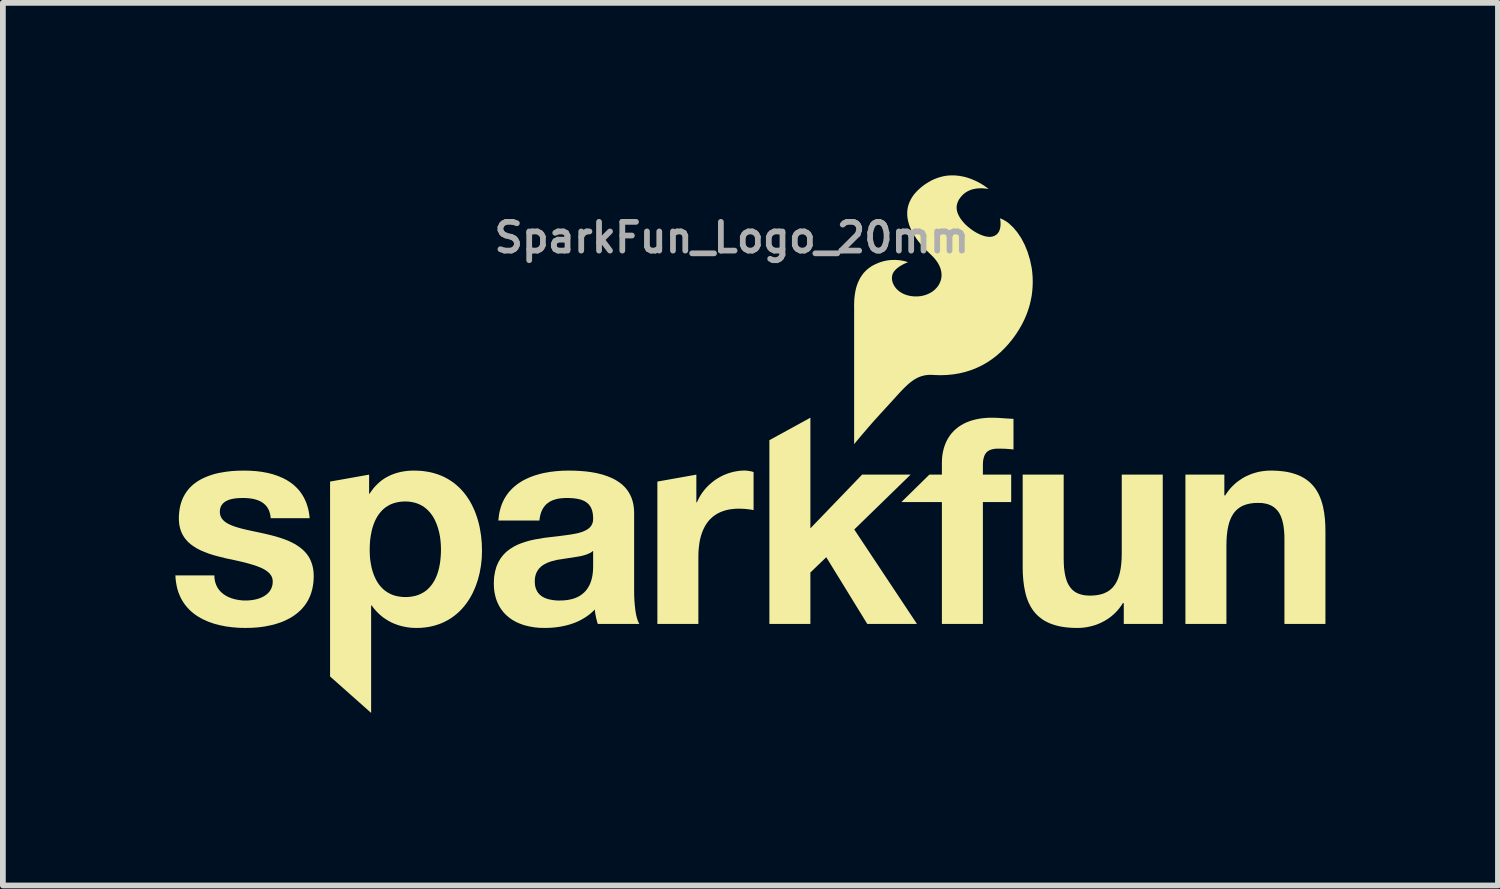
<source format=kicad_pcb>
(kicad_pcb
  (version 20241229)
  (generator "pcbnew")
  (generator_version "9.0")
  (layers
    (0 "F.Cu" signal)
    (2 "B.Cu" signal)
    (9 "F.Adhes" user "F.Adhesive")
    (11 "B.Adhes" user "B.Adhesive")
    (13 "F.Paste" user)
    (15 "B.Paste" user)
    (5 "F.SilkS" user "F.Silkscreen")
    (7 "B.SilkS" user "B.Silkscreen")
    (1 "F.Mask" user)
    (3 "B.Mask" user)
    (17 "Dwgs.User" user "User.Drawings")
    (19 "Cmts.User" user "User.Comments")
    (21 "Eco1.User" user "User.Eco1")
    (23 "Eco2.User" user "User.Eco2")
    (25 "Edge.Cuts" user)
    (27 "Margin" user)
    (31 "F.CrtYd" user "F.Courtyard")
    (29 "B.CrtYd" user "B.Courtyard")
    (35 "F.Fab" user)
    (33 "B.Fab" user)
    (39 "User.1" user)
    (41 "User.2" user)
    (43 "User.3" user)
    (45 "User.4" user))
  (footprint "SparkFun_Logo_20mm"
    (layer "F.Cu")
    (at 9.677 6.406)
    (property "Reference" "SparkFun_Logo_20mm" (at 0 -5.324 0) (layer "F.Fab") (effects (font (size 0.5 0.5) (thickness 0.1))))
    (attr board_only exclude_from_pos_files exclude_from_bom)
    (fp_poly (pts (xy 1.366 -0.268) (xy 2.265 -1.202) (xy 3.109 -1.202) (xy 2.129 -0.248) (xy 3.219 1.394) (xy 2.355 1.394) (xy 1.642 0.234) (xy 1.366 0.5) (xy 1.366 1.394) (xy 0.653 1.394) (xy 0.653 -1.801) (xy 1.366 -2.192)) (stroke (width 0) (type solid)) (fill yes) (layer "F.SilkS"))
    (fp_poly (pts (xy 0.232 -1.272) (xy 0.242 -1.272) (xy 0.252 -1.271) (xy 0.262 -1.271) (xy 0.282 -1.268) (xy 0.302 -1.265) (xy 0.321 -1.262) (xy 0.34 -1.258) (xy 0.359 -1.253) (xy 0.378 -1.247) (xy 0.378 -0.585) (xy 0.351 -0.59) (xy 0.322 -0.595) (xy 0.29 -0.599) (xy 0.257 -0.603) (xy 0.223 -0.606) (xy 0.188 -0.608) (xy 0.154 -0.609) (xy 0.121 -0.61) (xy 0.073 -0.609) (xy 0.027 -0.605) (xy -0.018 -0.6) (xy -0.06 -0.593) (xy -0.101 -0.583) (xy -0.139 -0.572) (xy -0.176 -0.559) (xy -0.211 -0.544) (xy -0.244 -0.528) (xy -0.275 -0.509) (xy -0.305 -0.489) (xy -0.333 -0.468) (xy -0.359 -0.444) (xy -0.384 -0.42) (xy -0.407 -0.394) (xy -0.428 -0.366) (xy -0.448 -0.337) (xy -0.466 -0.307) (xy -0.483 -0.275) (xy -0.498 -0.243) (xy -0.512 -0.209) (xy -0.525 -0.174) (xy -0.536 -0.138) (xy -0.546 -0.101) (xy -0.555 -0.063) (xy -0.562 -0.024) (xy -0.573 0.056) (xy -0.58 0.139) (xy -0.582 0.224) (xy -0.582 1.394) (xy -1.295 1.394) (xy -1.295 -1.081) (xy -0.617 -1.202) (xy -0.617 -0.72) (xy -0.607 -0.72) (xy -0.594 -0.75) (xy -0.579 -0.78) (xy -0.564 -0.809) (xy -0.547 -0.838) (xy -0.53 -0.865) (xy -0.511 -0.892) (xy -0.491 -0.919) (xy -0.471 -0.944) (xy -0.449 -0.969) (xy -0.427 -0.993) (xy -0.403 -1.016) (xy -0.379 -1.038) (xy -0.354 -1.06) (xy -0.329 -1.08) (xy -0.303 -1.1) (xy -0.276 -1.119) (xy -0.248 -1.137) (xy -0.22 -1.153) (xy -0.191 -1.169) (xy -0.162 -1.184) (xy -0.132 -1.198) (xy -0.101 -1.21) (xy -0.07 -1.222) (xy -0.039 -1.232) (xy -0.008 -1.241) (xy 0.024 -1.25) (xy 0.057 -1.256) (xy 0.089 -1.262) (xy 0.122 -1.267) (xy 0.155 -1.27) (xy 0.188 -1.272) (xy 0.221 -1.273)) (stroke (width 0) (type solid)) (fill yes) (layer "F.SilkS"))
    (fp_poly (pts (xy 4.569 -2.191) (xy 4.616 -2.189) (xy 4.664 -2.187) (xy 4.712 -2.183) (xy 4.806 -2.177) (xy 4.853 -2.174) (xy 4.898 -2.172) (xy 4.898 -1.639) (xy 4.866 -1.643) (xy 4.833 -1.646) (xy 4.801 -1.648) (xy 4.768 -1.651) (xy 4.735 -1.652) (xy 4.702 -1.653) (xy 4.669 -1.654) (xy 4.637 -1.654) (xy 4.602 -1.653) (xy 4.585 -1.652) (xy 4.569 -1.65) (xy 4.554 -1.648) (xy 4.54 -1.645) (xy 4.526 -1.642) (xy 4.512 -1.638) (xy 4.5 -1.634) (xy 4.488 -1.629) (xy 4.476 -1.624) (xy 4.465 -1.617) (xy 4.455 -1.611) (xy 4.445 -1.604) (xy 4.436 -1.596) (xy 4.428 -1.587) (xy 4.42 -1.578) (xy 4.413 -1.568) (xy 4.406 -1.558) (xy 4.4 -1.547) (xy 4.394 -1.535) (xy 4.389 -1.522) (xy 4.385 -1.509) (xy 4.381 -1.495) (xy 4.377 -1.481) (xy 4.374 -1.465) (xy 4.371 -1.449) (xy 4.369 -1.433) (xy 4.367 -1.397) (xy 4.366 -1.358) (xy 4.366 -1.202) (xy 4.858 -1.202) (xy 4.858 -0.725) (xy 4.366 -0.725) (xy 4.366 1.394) (xy 3.653 1.394) (xy 3.653 -0.725) (xy 2.949 -0.725) (xy 3.435 -1.202) (xy 3.653 -1.202) (xy 3.653 -1.403) (xy 3.654 -1.446) (xy 3.656 -1.488) (xy 3.66 -1.529) (xy 3.666 -1.569) (xy 3.674 -1.609) (xy 3.683 -1.647) (xy 3.694 -1.685) (xy 3.707 -1.721) (xy 3.721 -1.756) (xy 3.737 -1.791) (xy 3.755 -1.824) (xy 3.774 -1.855) (xy 3.795 -1.886) (xy 3.818 -1.916) (xy 3.843 -1.944) (xy 3.869 -1.971) (xy 3.897 -1.996) (xy 3.926 -2.02) (xy 3.958 -2.043) (xy 3.991 -2.064) (xy 4.026 -2.084) (xy 4.062 -2.102) (xy 4.1 -2.118) (xy 4.14 -2.133) (xy 4.182 -2.147) (xy 4.225 -2.158) (xy 4.27 -2.168) (xy 4.317 -2.177) (xy 4.366 -2.183) (xy 4.416 -2.188) (xy 4.468 -2.191) (xy 4.522 -2.192)) (stroke (width 0) (type solid)) (fill yes) (layer "F.SilkS"))
    (fp_poly (pts (xy 5.771 0.264) (xy 5.773 0.341) (xy 5.777 0.414) (xy 5.785 0.481) (xy 5.796 0.544) (xy 5.81 0.601) (xy 5.827 0.653) (xy 5.837 0.678) (xy 5.849 0.701) (xy 5.861 0.722) (xy 5.874 0.743) (xy 5.888 0.762) (xy 5.903 0.78) (xy 5.919 0.797) (xy 5.936 0.813) (xy 5.954 0.827) (xy 5.973 0.84) (xy 5.994 0.852) (xy 6.015 0.862) (xy 6.037 0.871) (xy 6.061 0.879) (xy 6.086 0.886) (xy 6.112 0.892) (xy 6.139 0.896) (xy 6.168 0.899) (xy 6.197 0.901) (xy 6.228 0.902) (xy 6.264 0.901) (xy 6.298 0.899) (xy 6.331 0.896) (xy 6.363 0.891) (xy 6.393 0.886) (xy 6.423 0.878) (xy 6.451 0.87) (xy 6.478 0.86) (xy 6.503 0.848) (xy 6.528 0.836) (xy 6.551 0.821) (xy 6.573 0.806) (xy 6.594 0.788) (xy 6.614 0.77) (xy 6.632 0.75) (xy 6.649 0.728) (xy 6.666 0.705) (xy 6.681 0.68) (xy 6.695 0.653) (xy 6.708 0.625) (xy 6.72 0.596) (xy 6.73 0.564) (xy 6.74 0.532) (xy 6.749 0.497) (xy 6.756 0.461) (xy 6.763 0.423) (xy 6.768 0.383) (xy 6.773 0.342) (xy 6.776 0.299) (xy 6.779 0.254) (xy 6.781 0.159) (xy 6.781 -1.202) (xy 7.494 -1.202) (xy 7.494 1.394) (xy 6.816 1.394) (xy 6.816 1.032) (xy 6.801 1.032) (xy 6.783 1.06) (xy 6.765 1.086) (xy 6.746 1.111) (xy 6.727 1.136) (xy 6.707 1.16) (xy 6.686 1.182) (xy 6.665 1.204) (xy 6.643 1.225) (xy 6.62 1.245) (xy 6.597 1.264) (xy 6.574 1.282) (xy 6.55 1.299) (xy 6.5 1.331) (xy 6.449 1.359) (xy 6.397 1.384) (xy 6.343 1.406) (xy 6.288 1.424) (xy 6.233 1.438) (xy 6.177 1.45) (xy 6.12 1.458) (xy 6.064 1.463) (xy 6.007 1.464) (xy 5.938 1.463) (xy 5.871 1.459) (xy 5.808 1.453) (xy 5.749 1.445) (xy 5.692 1.434) (xy 5.638 1.421) (xy 5.587 1.405) (xy 5.539 1.388) (xy 5.494 1.368) (xy 5.451 1.346) (xy 5.411 1.322) (xy 5.374 1.295) (xy 5.339 1.267) (xy 5.306 1.237) (xy 5.276 1.205) (xy 5.248 1.171) (xy 5.223 1.135) (xy 5.199 1.097) (xy 5.178 1.057) (xy 5.158 1.016) (xy 5.141 0.973) (xy 5.125 0.928) (xy 5.112 0.881) (xy 5.1 0.833) (xy 5.081 0.732) (xy 5.068 0.625) (xy 5.06 0.513) (xy 5.058 0.395) (xy 5.058 -1.202) (xy 5.771 -1.202)) (stroke (width 0) (type solid)) (fill yes) (layer "F.SilkS"))
    (fp_poly (pts (xy 9.444 -1.271) (xy 9.51 -1.267) (xy 9.573 -1.261) (xy 9.633 -1.253) (xy 9.69 -1.242) (xy 9.743 -1.229) (xy 9.794 -1.213) (xy 9.842 -1.196) (xy 9.888 -1.176) (xy 9.93 -1.154) (xy 9.97 -1.13) (xy 10.008 -1.103) (xy 10.043 -1.075) (xy 10.075 -1.045) (xy 10.105 -1.013) (xy 10.133 -0.979) (xy 10.159 -0.943) (xy 10.182 -0.905) (xy 10.204 -0.865) (xy 10.223 -0.824) (xy 10.24 -0.781) (xy 10.256 -0.736) (xy 10.27 -0.689) (xy 10.282 -0.641) (xy 10.301 -0.54) (xy 10.314 -0.433) (xy 10.321 -0.321) (xy 10.323 -0.203) (xy 10.323 1.394) (xy 9.61 1.394) (xy 9.61 -0.072) (xy 9.609 -0.15) (xy 9.604 -0.222) (xy 9.597 -0.289) (xy 9.586 -0.352) (xy 9.572 -0.409) (xy 9.554 -0.462) (xy 9.544 -0.486) (xy 9.533 -0.509) (xy 9.521 -0.531) (xy 9.508 -0.551) (xy 9.494 -0.57) (xy 9.479 -0.588) (xy 9.462 -0.605) (xy 9.445 -0.621) (xy 9.427 -0.635) (xy 9.408 -0.648) (xy 9.388 -0.66) (xy 9.366 -0.67) (xy 9.344 -0.68) (xy 9.32 -0.688) (xy 9.295 -0.695) (xy 9.269 -0.7) (xy 9.242 -0.705) (xy 9.214 -0.708) (xy 9.184 -0.709) (xy 9.153 -0.71) (xy 9.118 -0.709) (xy 9.083 -0.708) (xy 9.05 -0.704) (xy 9.018 -0.7) (xy 8.988 -0.694) (xy 8.959 -0.687) (xy 8.931 -0.678) (xy 8.904 -0.668) (xy 8.878 -0.657) (xy 8.854 -0.644) (xy 8.831 -0.63) (xy 8.809 -0.614) (xy 8.788 -0.597) (xy 8.768 -0.578) (xy 8.75 -0.558) (xy 8.732 -0.536) (xy 8.716 -0.513) (xy 8.701 -0.488) (xy 8.687 -0.462) (xy 8.674 -0.434) (xy 8.662 -0.404) (xy 8.651 -0.373) (xy 8.642 -0.34) (xy 8.633 -0.305) (xy 8.626 -0.269) (xy 8.619 -0.231) (xy 8.614 -0.191) (xy 8.609 -0.15) (xy 8.606 -0.107) (xy 8.603 -0.062) (xy 8.601 0.033) (xy 8.601 1.394) (xy 7.888 1.394) (xy 7.888 -1.202) (xy 8.565 -1.202) (xy 8.565 -0.841) (xy 8.581 -0.841) (xy 8.598 -0.868) (xy 8.616 -0.894) (xy 8.635 -0.92) (xy 8.654 -0.944) (xy 8.674 -0.968) (xy 8.695 -0.99) (xy 8.717 -1.012) (xy 8.739 -1.033) (xy 8.761 -1.053) (xy 8.784 -1.072) (xy 8.808 -1.09) (xy 8.832 -1.107) (xy 8.881 -1.139) (xy 8.932 -1.168) (xy 8.985 -1.192) (xy 9.038 -1.214) (xy 9.093 -1.232) (xy 9.148 -1.247) (xy 9.204 -1.258) (xy 9.261 -1.266) (xy 9.318 -1.271) (xy 9.374 -1.272)) (stroke (width 0) (type solid)) (fill yes) (layer "F.SilkS"))
    (fp_poly (pts (xy -5.45 -1.27) (xy -5.378 -1.265) (xy -5.308 -1.255) (xy -5.241 -1.243) (xy -5.176 -1.226) (xy -5.114 -1.207) (xy -5.054 -1.184) (xy -4.997 -1.158) (xy -4.943 -1.129) (xy -4.891 -1.097) (xy -4.841 -1.063) (xy -4.794 -1.025) (xy -4.749 -0.985) (xy -4.707 -0.943) (xy -4.667 -0.898) (xy -4.63 -0.851) (xy -4.595 -0.802) (xy -4.562 -0.751) (xy -4.532 -0.698) (xy -4.504 -0.642) (xy -4.478 -0.586) (xy -4.455 -0.527) (xy -4.434 -0.467) (xy -4.415 -0.406) (xy -4.398 -0.343) (xy -4.384 -0.279) (xy -4.362 -0.148) (xy -4.349 -0.014) (xy -4.345 0.123) (xy -4.349 0.253) (xy -4.363 0.38) (xy -4.385 0.505) (xy -4.416 0.625) (xy -4.456 0.742) (xy -4.504 0.852) (xy -4.532 0.905) (xy -4.562 0.957) (xy -4.594 1.006) (xy -4.629 1.054) (xy -4.665 1.099) (xy -4.704 1.143) (xy -4.745 1.184) (xy -4.789 1.223) (xy -4.834 1.259) (xy -4.882 1.293) (xy -4.932 1.324) (xy -4.985 1.352) (xy -5.039 1.378) (xy -5.096 1.4) (xy -5.155 1.419) (xy -5.217 1.435) (xy -5.28 1.448) (xy -5.346 1.457) (xy -5.414 1.463) (xy -5.485 1.464) (xy -5.544 1.463) (xy -5.602 1.458) (xy -5.659 1.45) (xy -5.715 1.439) (xy -5.77 1.425) (xy -5.824 1.408) (xy -5.876 1.388) (xy -5.927 1.365) (xy -5.976 1.338) (xy -6.023 1.309) (xy -6.069 1.277) (xy -6.112 1.242) (xy -6.153 1.204) (xy -6.192 1.163) (xy -6.229 1.12) (xy -6.263 1.073) (xy -6.273 1.073) (xy -6.273 2.942) (xy -6.987 2.308) (xy -6.987 0.103) (xy -6.298 0.103) (xy -6.296 0.182) (xy -6.291 0.26) (xy -6.28 0.336) (xy -6.266 0.41) (xy -6.247 0.481) (xy -6.223 0.549) (xy -6.194 0.613) (xy -6.178 0.644) (xy -6.16 0.673) (xy -6.141 0.701) (xy -6.121 0.728) (xy -6.099 0.753) (xy -6.076 0.777) (xy -6.051 0.8) (xy -6.025 0.821) (xy -5.997 0.84) (xy -5.968 0.857) (xy -5.937 0.873) (xy -5.905 0.887) (xy -5.871 0.899) (xy -5.835 0.909) (xy -5.798 0.916) (xy -5.759 0.922) (xy -5.718 0.926) (xy -5.676 0.927) (xy -5.633 0.926) (xy -5.592 0.922) (xy -5.552 0.916) (xy -5.515 0.909) (xy -5.479 0.899) (xy -5.445 0.887) (xy -5.413 0.873) (xy -5.382 0.857) (xy -5.353 0.84) (xy -5.325 0.821) (xy -5.299 0.8) (xy -5.275 0.777) (xy -5.252 0.753) (xy -5.231 0.728) (xy -5.21 0.701) (xy -5.192 0.673) (xy -5.174 0.644) (xy -5.158 0.613) (xy -5.144 0.582) (xy -5.13 0.549) (xy -5.118 0.516) (xy -5.107 0.481) (xy -5.098 0.446) (xy -5.089 0.41) (xy -5.075 0.336) (xy -5.066 0.26) (xy -5.06 0.182) (xy -5.058 0.103) (xy -5.06 0.025) (xy -5.066 -0.052) (xy -5.076 -0.129) (xy -5.091 -0.203) (xy -5.111 -0.276) (xy -5.135 -0.345) (xy -5.164 -0.411) (xy -5.18 -0.442) (xy -5.198 -0.472) (xy -5.217 -0.501) (xy -5.238 -0.529) (xy -5.26 -0.555) (xy -5.283 -0.58) (xy -5.308 -0.603) (xy -5.334 -0.625) (xy -5.361 -0.645) (xy -5.391 -0.663) (xy -5.421 -0.679) (xy -5.453 -0.693) (xy -5.487 -0.706) (xy -5.523 -0.716) (xy -5.56 -0.724) (xy -5.598 -0.73) (xy -5.638 -0.734) (xy -5.68 -0.735) (xy -5.723 -0.734) (xy -5.764 -0.73) (xy -5.804 -0.724) (xy -5.841 -0.716) (xy -5.877 -0.706) (xy -5.911 -0.694) (xy -5.943 -0.68) (xy -5.974 -0.663) (xy -6.003 -0.645) (xy -6.031 -0.626) (xy -6.057 -0.604) (xy -6.081 -0.581) (xy -6.104 -0.556) (xy -6.126 -0.53) (xy -6.146 -0.503) (xy -6.165 -0.474) (xy -6.182 -0.444) (xy -6.198 -0.413) (xy -6.213 -0.38) (xy -6.226 -0.347) (xy -6.238 -0.313) (xy -6.249 -0.278) (xy -6.259 -0.242) (xy -6.267 -0.205) (xy -6.281 -0.13) (xy -6.291 -0.054) (xy -6.296 0.025) (xy -6.298 0.103) (xy -6.987 0.103) (xy -6.987 -1.081) (xy -6.308 -1.202) (xy -6.308 -0.871) (xy -6.298 -0.871) (xy -6.282 -0.897) (xy -6.264 -0.922) (xy -6.246 -0.946) (xy -6.228 -0.969) (xy -6.209 -0.991) (xy -6.189 -1.012) (xy -6.169 -1.033) (xy -6.148 -1.052) (xy -6.127 -1.071) (xy -6.106 -1.089) (xy -6.084 -1.106) (xy -6.061 -1.122) (xy -6.038 -1.137) (xy -6.015 -1.151) (xy -5.991 -1.164) (xy -5.966 -1.177) (xy -5.941 -1.189) (xy -5.916 -1.2) (xy -5.865 -1.219) (xy -5.811 -1.236) (xy -5.757 -1.249) (xy -5.701 -1.259) (xy -5.643 -1.267) (xy -5.585 -1.271) (xy -5.525 -1.272)) (stroke (width 0) (type solid)) (fill yes) (layer "F.SilkS"))
    (fp_poly (pts (xy -2.741 -1.271) (xy -2.642 -1.266) (xy -2.542 -1.258) (xy -2.443 -1.245) (xy -2.345 -1.227) (xy -2.251 -1.203) (xy -2.16 -1.173) (xy -2.075 -1.137) (xy -2.034 -1.116) (xy -1.996 -1.093) (xy -1.958 -1.068) (xy -1.923 -1.042) (xy -1.89 -1.013) (xy -1.859 -0.982) (xy -1.83 -0.948) (xy -1.804 -0.912) (xy -1.781 -0.874) (xy -1.76 -0.834) (xy -1.742 -0.791) (xy -1.727 -0.745) (xy -1.715 -0.697) (xy -1.706 -0.645) (xy -1.701 -0.591) (xy -1.699 -0.535) (xy -1.699 0.817) (xy -1.698 0.905) (xy -1.694 0.992) (xy -1.687 1.075) (xy -1.678 1.154) (xy -1.672 1.192) (xy -1.666 1.227) (xy -1.658 1.261) (xy -1.65 1.293) (xy -1.641 1.322) (xy -1.631 1.349) (xy -1.62 1.373) (xy -1.609 1.394) (xy -2.331 1.394) (xy -2.341 1.364) (xy -2.349 1.333) (xy -2.357 1.302) (xy -2.364 1.27) (xy -2.37 1.239) (xy -2.376 1.207) (xy -2.38 1.175) (xy -2.382 1.143) (xy -2.426 1.186) (xy -2.471 1.225) (xy -2.519 1.261) (xy -2.569 1.293) (xy -2.62 1.322) (xy -2.673 1.349) (xy -2.727 1.372) (xy -2.783 1.392) (xy -2.84 1.41) (xy -2.898 1.425) (xy -2.956 1.437) (xy -3.015 1.447) (xy -3.075 1.455) (xy -3.135 1.46) (xy -3.196 1.463) (xy -3.256 1.464) (xy -3.348 1.462) (xy -3.437 1.453) (xy -3.522 1.438) (xy -3.604 1.418) (xy -3.643 1.405) (xy -3.681 1.391) (xy -3.718 1.376) (xy -3.754 1.359) (xy -3.789 1.34) (xy -3.822 1.32) (xy -3.854 1.298) (xy -3.884 1.275) (xy -3.913 1.25) (xy -3.941 1.224) (xy -3.967 1.196) (xy -3.991 1.166) (xy -4.014 1.135) (xy -4.035 1.102) (xy -4.054 1.068) (xy -4.071 1.032) (xy -4.087 0.995) (xy -4.101 0.955) (xy -4.112 0.915) (xy -4.122 0.872) (xy -4.13 0.828) (xy -4.135 0.782) (xy -4.138 0.735) (xy -4.139 0.686) (xy -4.138 0.656) (xy -3.427 0.656) (xy -3.426 0.68) (xy -3.424 0.703) (xy -3.422 0.725) (xy -3.418 0.745) (xy -3.412 0.765) (xy -3.406 0.784) (xy -3.399 0.801) (xy -3.391 0.818) (xy -3.382 0.834) (xy -3.372 0.849) (xy -3.361 0.863) (xy -3.349 0.876) (xy -3.337 0.888) (xy -3.324 0.899) (xy -3.31 0.91) (xy -3.295 0.92) (xy -3.279 0.929) (xy -3.263 0.937) (xy -3.247 0.945) (xy -3.229 0.951) (xy -3.212 0.958) (xy -3.193 0.963) (xy -3.175 0.968) (xy -3.155 0.972) (xy -3.116 0.979) (xy -3.075 0.984) (xy -3.032 0.987) (xy -2.989 0.987) (xy -2.939 0.986) (xy -2.891 0.982) (xy -2.846 0.976) (xy -2.805 0.968) (xy -2.765 0.958) (xy -2.729 0.946) (xy -2.695 0.932) (xy -2.664 0.917) (xy -2.635 0.9) (xy -2.609 0.881) (xy -2.584 0.861) (xy -2.562 0.841) (xy -2.542 0.819) (xy -2.523 0.796) (xy -2.507 0.773) (xy -2.492 0.749) (xy -2.479 0.724) (xy -2.467 0.7) (xy -2.457 0.675) (xy -2.448 0.649) (xy -2.434 0.6) (xy -2.424 0.551) (xy -2.418 0.505) (xy -2.414 0.462) (xy -2.412 0.39) (xy -2.412 0.123) (xy -2.424 0.133) (xy -2.436 0.142) (xy -2.449 0.151) (xy -2.463 0.159) (xy -2.493 0.173) (xy -2.525 0.186) (xy -2.558 0.197) (xy -2.594 0.207) (xy -2.632 0.216) (xy -2.671 0.223) (xy -3.005 0.275) (xy -3.046 0.282) (xy -3.086 0.292) (xy -3.126 0.302) (xy -3.164 0.314) (xy -3.2 0.328) (xy -3.235 0.344) (xy -3.268 0.362) (xy -3.284 0.372) (xy -3.299 0.382) (xy -3.313 0.393) (xy -3.326 0.405) (xy -3.339 0.418) (xy -3.352 0.431) (xy -3.363 0.445) (xy -3.373 0.46) (xy -3.383 0.476) (xy -3.392 0.492) (xy -3.4 0.509) (xy -3.407 0.527) (xy -3.413 0.546) (xy -3.418 0.566) (xy -3.422 0.587) (xy -3.425 0.609) (xy -3.426 0.632) (xy -3.427 0.656) (xy -4.138 0.656) (xy -4.134 0.58) (xy -4.118 0.485) (xy -4.094 0.399) (xy -4.061 0.322) (xy -4.021 0.254) (xy -3.974 0.193) (xy -3.921 0.14) (xy -3.861 0.094) (xy -3.797 0.053) (xy -3.729 0.018) (xy -3.656 -0.011) (xy -3.581 -0.036) (xy -3.503 -0.058) (xy -3.423 -0.075) (xy -3.261 -0.103) (xy -2.943 -0.141) (xy -2.798 -0.161) (xy -2.668 -0.187) (xy -2.611 -0.204) (xy -2.56 -0.224) (xy -2.515 -0.248) (xy -2.477 -0.276) (xy -2.448 -0.309) (xy -2.427 -0.348) (xy -2.414 -0.393) (xy -2.412 -0.444) (xy -2.413 -0.471) (xy -2.415 -0.497) (xy -2.418 -0.522) (xy -2.422 -0.545) (xy -2.427 -0.567) (xy -2.433 -0.588) (xy -2.441 -0.608) (xy -2.449 -0.626) (xy -2.458 -0.643) (xy -2.469 -0.659) (xy -2.48 -0.674) (xy -2.492 -0.688) (xy -2.505 -0.7) (xy -2.519 -0.712) (xy -2.534 -0.723) (xy -2.549 -0.733) (xy -2.565 -0.742) (xy -2.582 -0.75) (xy -2.6 -0.757) (xy -2.618 -0.764) (xy -2.636 -0.77) (xy -2.656 -0.775) (xy -2.676 -0.779) (xy -2.696 -0.783) (xy -2.738 -0.789) (xy -2.782 -0.793) (xy -2.828 -0.795) (xy -2.874 -0.796) (xy -2.925 -0.794) (xy -2.973 -0.79) (xy -3.018 -0.784) (xy -3.061 -0.774) (xy -3.081 -0.768) (xy -3.101 -0.761) (xy -3.12 -0.754) (xy -3.138 -0.746) (xy -3.156 -0.737) (xy -3.173 -0.727) (xy -3.189 -0.716) (xy -3.204 -0.705) (xy -3.219 -0.693) (xy -3.233 -0.68) (xy -3.246 -0.666) (xy -3.259 -0.651) (xy -3.27 -0.636) (xy -3.281 -0.619) (xy -3.291 -0.602) (xy -3.301 -0.583) (xy -3.309 -0.564) (xy -3.317 -0.544) (xy -3.324 -0.523) (xy -3.33 -0.501) (xy -3.335 -0.478) (xy -3.34 -0.454) (xy -3.343 -0.429) (xy -3.346 -0.404) (xy -4.06 -0.404) (xy -4.054 -0.464) (xy -4.046 -0.523) (xy -4.034 -0.578) (xy -4.019 -0.631) (xy -4.002 -0.682) (xy -3.982 -0.73) (xy -3.959 -0.776) (xy -3.934 -0.819) (xy -3.906 -0.86) (xy -3.876 -0.899) (xy -3.844 -0.935) (xy -3.809 -0.97) (xy -3.773 -1.002) (xy -3.735 -1.032) (xy -3.695 -1.06) (xy -3.653 -1.087) (xy -3.609 -1.111) (xy -3.565 -1.133) (xy -3.518 -1.154) (xy -3.471 -1.172) (xy -3.422 -1.189) (xy -3.372 -1.204) (xy -3.322 -1.218) (xy -3.27 -1.23) (xy -3.165 -1.249) (xy -3.057 -1.262) (xy -2.948 -1.27) (xy -2.839 -1.272)) (stroke (width 0) (type solid)) (fill yes) (layer "F.SilkS"))
    (fp_poly (pts (xy -8.382 -1.27) (xy -8.278 -1.263) (xy -8.177 -1.251) (xy -8.078 -1.233) (xy -7.983 -1.209) (xy -7.892 -1.178) (xy -7.805 -1.141) (xy -7.764 -1.12) (xy -7.724 -1.097) (xy -7.686 -1.072) (xy -7.649 -1.046) (xy -7.613 -1.017) (xy -7.58 -0.986) (xy -7.548 -0.953) (xy -7.518 -0.919) (xy -7.491 -0.882) (xy -7.465 -0.842) (xy -7.441 -0.801) (xy -7.42 -0.757) (xy -7.4 -0.711) (xy -7.384 -0.662) (xy -7.369 -0.612) (xy -7.357 -0.558) (xy -7.348 -0.502) (xy -7.342 -0.444) (xy -8.019 -0.444) (xy -8.022 -0.469) (xy -8.025 -0.493) (xy -8.03 -0.516) (xy -8.036 -0.538) (xy -8.042 -0.559) (xy -8.05 -0.579) (xy -8.059 -0.598) (xy -8.068 -0.615) (xy -8.079 -0.632) (xy -8.09 -0.648) (xy -8.102 -0.663) (xy -8.115 -0.676) (xy -8.129 -0.689) (xy -8.143 -0.702) (xy -8.159 -0.713) (xy -8.175 -0.723) (xy -8.191 -0.733) (xy -8.209 -0.742) (xy -8.227 -0.75) (xy -8.245 -0.757) (xy -8.265 -0.764) (xy -8.284 -0.77) (xy -8.305 -0.775) (xy -8.325 -0.78) (xy -8.368 -0.787) (xy -8.413 -0.792) (xy -8.459 -0.795) (xy -8.507 -0.796) (xy -8.538 -0.795) (xy -8.57 -0.794) (xy -8.603 -0.792) (xy -8.637 -0.788) (xy -8.67 -0.783) (xy -8.703 -0.776) (xy -8.735 -0.767) (xy -8.766 -0.756) (xy -8.78 -0.749) (xy -8.794 -0.742) (xy -8.808 -0.734) (xy -8.821 -0.725) (xy -8.833 -0.716) (xy -8.844 -0.706) (xy -8.855 -0.695) (xy -8.864 -0.683) (xy -8.873 -0.67) (xy -8.881 -0.657) (xy -8.888 -0.642) (xy -8.893 -0.626) (xy -8.898 -0.61) (xy -8.901 -0.592) (xy -8.903 -0.574) (xy -8.904 -0.554) (xy -8.903 -0.531) (xy -8.899 -0.509) (xy -8.893 -0.488) (xy -8.886 -0.468) (xy -8.876 -0.449) (xy -8.864 -0.432) (xy -8.85 -0.415) (xy -8.834 -0.399) (xy -8.816 -0.384) (xy -8.797 -0.37) (xy -8.776 -0.357) (xy -8.754 -0.345) (xy -8.73 -0.333) (xy -8.705 -0.322) (xy -8.678 -0.311) (xy -8.65 -0.301) (xy -8.591 -0.282) (xy -8.527 -0.264) (xy -8.46 -0.248) (xy -8.391 -0.232) (xy -8.245 -0.201) (xy -8.17 -0.185) (xy -8.095 -0.168) (xy -8.017 -0.149) (xy -7.94 -0.129) (xy -7.864 -0.106) (xy -7.79 -0.081) (xy -7.719 -0.054) (xy -7.651 -0.022) (xy -7.587 0.012) (xy -7.527 0.052) (xy -7.499 0.073) (xy -7.472 0.095) (xy -7.446 0.119) (xy -7.422 0.144) (xy -7.399 0.17) (xy -7.378 0.197) (xy -7.359 0.226) (xy -7.341 0.257) (xy -7.326 0.289) (xy -7.312 0.323) (xy -7.3 0.358) (xy -7.29 0.395) (xy -7.282 0.434) (xy -7.276 0.474) (xy -7.273 0.516) (xy -7.271 0.561) (xy -7.273 0.623) (xy -7.278 0.683) (xy -7.287 0.741) (xy -7.298 0.796) (xy -7.313 0.848) (xy -7.33 0.898) (xy -7.351 0.945) (xy -7.374 0.99) (xy -7.4 1.033) (xy -7.428 1.073) (xy -7.459 1.111) (xy -7.491 1.147) (xy -7.527 1.18) (xy -7.564 1.212) (xy -7.603 1.241) (xy -7.644 1.269) (xy -7.686 1.294) (xy -7.731 1.317) (xy -7.776 1.339) (xy -7.823 1.359) (xy -7.872 1.376) (xy -7.921 1.392) (xy -7.972 1.407) (xy -8.024 1.419) (xy -8.129 1.44) (xy -8.237 1.454) (xy -8.347 1.462) (xy -8.457 1.464) (xy -8.57 1.462) (xy -8.681 1.453) (xy -8.791 1.439) (xy -8.898 1.418) (xy -9.002 1.391) (xy -9.101 1.357) (xy -9.195 1.315) (xy -9.24 1.291) (xy -9.283 1.266) (xy -9.325 1.238) (xy -9.365 1.208) (xy -9.403 1.176) (xy -9.439 1.142) (xy -9.472 1.106) (xy -9.504 1.067) (xy -9.533 1.027) (xy -9.56 0.984) (xy -9.585 0.938) (xy -9.606 0.89) (xy -9.626 0.84) (xy -9.642 0.787) (xy -9.655 0.732) (xy -9.665 0.674) (xy -9.673 0.614) (xy -9.677 0.55) (xy -8.999 0.55) (xy -8.998 0.579) (xy -8.996 0.606) (xy -8.992 0.632) (xy -8.987 0.657) (xy -8.98 0.681) (xy -8.972 0.704) (xy -8.963 0.727) (xy -8.952 0.748) (xy -8.941 0.768) (xy -8.928 0.787) (xy -8.914 0.806) (xy -8.899 0.823) (xy -8.883 0.84) (xy -8.866 0.855) (xy -8.848 0.87) (xy -8.829 0.884) (xy -8.809 0.897) (xy -8.789 0.909) (xy -8.768 0.92) (xy -8.746 0.93) (xy -8.724 0.939) (xy -8.701 0.948) (xy -8.677 0.955) (xy -8.654 0.962) (xy -8.629 0.968) (xy -8.605 0.973) (xy -8.554 0.981) (xy -8.503 0.986) (xy -8.451 0.987) (xy -8.413 0.986) (xy -8.374 0.983) (xy -8.334 0.978) (xy -8.294 0.971) (xy -8.254 0.961) (xy -8.215 0.949) (xy -8.178 0.934) (xy -8.143 0.916) (xy -8.126 0.906) (xy -8.11 0.895) (xy -8.094 0.884) (xy -8.079 0.871) (xy -8.065 0.858) (xy -8.052 0.844) (xy -8.04 0.83) (xy -8.029 0.814) (xy -8.019 0.797) (xy -8.01 0.78) (xy -8.003 0.762) (xy -7.996 0.743) (xy -7.991 0.722) (xy -7.987 0.701) (xy -7.985 0.679) (xy -7.984 0.656) (xy -7.985 0.636) (xy -7.988 0.617) (xy -7.992 0.599) (xy -7.998 0.581) (xy -8.006 0.564) (xy -8.016 0.548) (xy -8.027 0.532) (xy -8.039 0.517) (xy -8.054 0.503) (xy -8.07 0.489) (xy -8.087 0.475) (xy -8.107 0.462) (xy -8.127 0.449) (xy -8.149 0.437) (xy -8.173 0.425) (xy -8.199 0.414) (xy -8.225 0.403) (xy -8.254 0.392) (xy -8.283 0.381) (xy -8.314 0.371) (xy -8.381 0.351) (xy -8.453 0.331) (xy -8.53 0.312) (xy -8.613 0.293) (xy -8.7 0.274) (xy -8.793 0.255) (xy -8.948 0.216) (xy -9.024 0.195) (xy -9.098 0.171) (xy -9.169 0.144) (xy -9.237 0.115) (xy -9.301 0.082) (xy -9.361 0.045) (xy -9.389 0.025) (xy -9.416 0.004) (xy -9.442 -0.018) (xy -9.466 -0.042) (xy -9.488 -0.066) (xy -9.51 -0.093) (xy -9.529 -0.12) (xy -9.546 -0.149) (xy -9.562 -0.179) (xy -9.576 -0.211) (xy -9.588 -0.245) (xy -9.598 -0.28) (xy -9.606 -0.317) (xy -9.612 -0.356) (xy -9.615 -0.396) (xy -9.617 -0.439) (xy -9.615 -0.499) (xy -9.61 -0.557) (xy -9.602 -0.612) (xy -9.591 -0.665) (xy -9.577 -0.715) (xy -9.56 -0.762) (xy -9.541 -0.806) (xy -9.518 -0.849) (xy -9.494 -0.888) (xy -9.467 -0.926) (xy -9.438 -0.961) (xy -9.406 -0.994) (xy -9.373 -1.025) (xy -9.337 -1.053) (xy -9.3 -1.08) (xy -9.261 -1.104) (xy -9.22 -1.127) (xy -9.178 -1.147) (xy -9.134 -1.166) (xy -9.089 -1.183) (xy -9.043 -1.199) (xy -8.996 -1.213) (xy -8.948 -1.225) (xy -8.899 -1.235) (xy -8.798 -1.252) (xy -8.696 -1.264) (xy -8.592 -1.27) (xy -8.487 -1.272)) (stroke (width 0) (type solid)) (fill yes) (layer "F.SilkS"))
    (fp_poly (pts (xy 3.87 -6.406) (xy 3.916 -6.402) (xy 3.961 -6.397) (xy 4.004 -6.389) (xy 4.047 -6.38) (xy 4.088 -6.369) (xy 4.127 -6.356) (xy 4.164 -6.343) (xy 4.2 -6.328) (xy 4.234 -6.313) (xy 4.267 -6.297) (xy 4.325 -6.266) (xy 4.374 -6.236) (xy 4.413 -6.209) (xy 4.443 -6.187) (xy 4.467 -6.168) (xy 4.454 -6.171) (xy 4.418 -6.176) (xy 4.393 -6.179) (xy 4.365 -6.181) (xy 4.333 -6.182) (xy 4.298 -6.181) (xy 4.262 -6.178) (xy 4.224 -6.172) (xy 4.185 -6.163) (xy 4.165 -6.157) (xy 4.146 -6.15) (xy 4.127 -6.142) (xy 4.107 -6.133) (xy 4.088 -6.122) (xy 4.07 -6.111) (xy 4.052 -6.098) (xy 4.034 -6.084) (xy 4.017 -6.068) (xy 4 -6.051) (xy 3.98 -6.028) (xy 3.962 -6.003) (xy 3.946 -5.979) (xy 3.934 -5.954) (xy 3.928 -5.941) (xy 3.923 -5.928) (xy 3.919 -5.915) (xy 3.916 -5.902) (xy 3.913 -5.889) (xy 3.911 -5.876) (xy 3.91 -5.862) (xy 3.909 -5.849) (xy 3.91 -5.835) (xy 3.911 -5.821) (xy 3.912 -5.806) (xy 3.915 -5.792) (xy 3.919 -5.778) (xy 3.923 -5.763) (xy 3.928 -5.748) (xy 3.934 -5.733) (xy 3.941 -5.718) (xy 3.949 -5.702) (xy 3.957 -5.687) (xy 3.967 -5.671) (xy 3.977 -5.655) (xy 3.989 -5.638) (xy 4.015 -5.605) (xy 4.038 -5.578) (xy 4.064 -5.551) (xy 4.093 -5.524) (xy 4.123 -5.499) (xy 4.155 -5.474) (xy 4.188 -5.45) (xy 4.222 -5.428) (xy 4.256 -5.408) (xy 4.291 -5.39) (xy 4.326 -5.374) (xy 4.36 -5.361) (xy 4.395 -5.35) (xy 4.428 -5.342) (xy 4.444 -5.34) (xy 4.46 -5.338) (xy 4.475 -5.337) (xy 4.49 -5.337) (xy 4.504 -5.338) (xy 4.519 -5.34) (xy 4.538 -5.344) (xy 4.555 -5.35) (xy 4.571 -5.357) (xy 4.585 -5.365) (xy 4.599 -5.374) (xy 4.61 -5.384) (xy 4.621 -5.395) (xy 4.63 -5.406) (xy 4.639 -5.418) (xy 4.646 -5.431) (xy 4.652 -5.444) (xy 4.657 -5.458) (xy 4.662 -5.472) (xy 4.665 -5.486) (xy 4.668 -5.5) (xy 4.67 -5.514) (xy 4.673 -5.542) (xy 4.673 -5.568) (xy 4.673 -5.593) (xy 4.671 -5.614) (xy 4.668 -5.633) (xy 4.666 -5.647) (xy 4.664 -5.659) (xy 4.702 -5.644) (xy 4.741 -5.624) (xy 4.78 -5.6) (xy 4.819 -5.571) (xy 4.894 -5.5) (xy 4.967 -5.413) (xy 5.034 -5.312) (xy 5.094 -5.197) (xy 5.145 -5.071) (xy 5.186 -4.935) (xy 5.216 -4.79) (xy 5.225 -4.715) (xy 5.231 -4.637) (xy 5.233 -4.559) (xy 5.231 -4.479) (xy 5.225 -4.398) (xy 5.215 -4.315) (xy 5.199 -4.233) (xy 5.179 -4.149) (xy 5.153 -4.065) (xy 5.123 -3.981) (xy 5.086 -3.896) (xy 5.044 -3.812) (xy 4.996 -3.728) (xy 4.942 -3.644) (xy 4.881 -3.56) (xy 4.816 -3.48) (xy 4.747 -3.404) (xy 4.675 -3.333) (xy 4.599 -3.267) (xy 4.519 -3.206) (xy 4.435 -3.151) (xy 4.348 -3.101) (xy 4.257 -3.058) (xy 4.162 -3.02) (xy 4.063 -2.989) (xy 3.96 -2.964) (xy 3.853 -2.946) (xy 3.741 -2.935) (xy 3.626 -2.931) (xy 3.507 -2.935) (xy 3.475 -2.937) (xy 3.445 -2.937) (xy 3.415 -2.936) (xy 3.387 -2.933) (xy 3.359 -2.929) (xy 3.332 -2.923) (xy 3.305 -2.916) (xy 3.28 -2.908) (xy 3.255 -2.898) (xy 3.23 -2.887) (xy 3.206 -2.874) (xy 3.182 -2.861) (xy 3.135 -2.83) (xy 3.089 -2.794) (xy 3.043 -2.753) (xy 2.997 -2.709) (xy 2.949 -2.66) (xy 2.9 -2.607) (xy 2.678 -2.363) (xy 2.569 -2.244) (xy 2.466 -2.13) (xy 2.373 -2.024) (xy 2.291 -1.928) (xy 2.223 -1.848) (xy 2.171 -1.786) (xy 2.127 -1.732) (xy 2.127 -4.085) (xy 2.126 -4.132) (xy 2.127 -4.177) (xy 2.128 -4.22) (xy 2.131 -4.262) (xy 2.135 -4.302) (xy 2.14 -4.34) (xy 2.146 -4.377) (xy 2.153 -4.412) (xy 2.161 -4.446) (xy 2.17 -4.478) (xy 2.181 -4.509) (xy 2.192 -4.538) (xy 2.204 -4.566) (xy 2.217 -4.593) (xy 2.23 -4.618) (xy 2.245 -4.642) (xy 2.26 -4.665) (xy 2.276 -4.687) (xy 2.292 -4.708) (xy 2.31 -4.727) (xy 2.328 -4.746) (xy 2.346 -4.763) (xy 2.365 -4.779) (xy 2.385 -4.795) (xy 2.405 -4.809) (xy 2.426 -4.823) (xy 2.447 -4.836) (xy 2.469 -4.848) (xy 2.513 -4.869) (xy 2.558 -4.888) (xy 2.584 -4.897) (xy 2.609 -4.905) (xy 2.634 -4.912) (xy 2.658 -4.918) (xy 2.682 -4.923) (xy 2.706 -4.927) (xy 2.729 -4.93) (xy 2.752 -4.933) (xy 2.774 -4.934) (xy 2.796 -4.935) (xy 2.817 -4.936) (xy 2.838 -4.936) (xy 2.858 -4.935) (xy 2.877 -4.934) (xy 2.913 -4.931) (xy 2.946 -4.926) (xy 2.975 -4.921) (xy 3.001 -4.915) (xy 3.023 -4.91) (xy 3.04 -4.904) (xy 3.053 -4.9) (xy 3.063 -4.896) (xy 3.031 -4.883) (xy 2.996 -4.867) (xy 2.976 -4.857) (xy 2.955 -4.845) (xy 2.933 -4.832) (xy 2.911 -4.818) (xy 2.889 -4.802) (xy 2.868 -4.785) (xy 2.849 -4.767) (xy 2.839 -4.757) (xy 2.831 -4.747) (xy 2.823 -4.737) (xy 2.815 -4.727) (xy 2.809 -4.716) (xy 2.803 -4.705) (xy 2.797 -4.692) (xy 2.792 -4.678) (xy 2.789 -4.664) (xy 2.786 -4.65) (xy 2.785 -4.635) (xy 2.784 -4.62) (xy 2.785 -4.605) (xy 2.786 -4.589) (xy 2.789 -4.574) (xy 2.793 -4.558) (xy 2.797 -4.543) (xy 2.803 -4.527) (xy 2.81 -4.512) (xy 2.818 -4.496) (xy 2.827 -4.481) (xy 2.837 -4.467) (xy 2.847 -4.452) (xy 2.859 -4.438) (xy 2.872 -4.424) (xy 2.886 -4.411) (xy 2.901 -4.398) (xy 2.917 -4.386) (xy 2.934 -4.374) (xy 2.952 -4.363) (xy 2.971 -4.353) (xy 2.991 -4.343) (xy 3.012 -4.335) (xy 3.034 -4.327) (xy 3.057 -4.32) (xy 3.081 -4.314) (xy 3.106 -4.309) (xy 3.132 -4.305) (xy 3.17 -4.302) (xy 3.207 -4.301) (xy 3.244 -4.302) (xy 3.28 -4.306) (xy 3.315 -4.312) (xy 3.349 -4.321) (xy 3.382 -4.331) (xy 3.413 -4.344) (xy 3.443 -4.359) (xy 3.472 -4.375) (xy 3.498 -4.393) (xy 3.523 -4.413) (xy 3.546 -4.435) (xy 3.567 -4.458) (xy 3.586 -4.482) (xy 3.602 -4.508) (xy 3.616 -4.535) (xy 3.628 -4.564) (xy 3.637 -4.593) (xy 3.643 -4.623) (xy 3.647 -4.654) (xy 3.647 -4.686) (xy 3.644 -4.719) (xy 3.638 -4.752) (xy 3.629 -4.786) (xy 3.616 -4.82) (xy 3.599 -4.855) (xy 3.579 -4.89) (xy 3.555 -4.924) (xy 3.528 -4.959) (xy 3.496 -4.994) (xy 3.46 -5.029) (xy 3.379 -5.107) (xy 3.305 -5.185) (xy 3.272 -5.225) (xy 3.24 -5.265) (xy 3.211 -5.305) (xy 3.184 -5.345) (xy 3.159 -5.385) (xy 3.137 -5.425) (xy 3.117 -5.466) (xy 3.099 -5.506) (xy 3.084 -5.546) (xy 3.072 -5.586) (xy 3.062 -5.626) (xy 3.055 -5.666) (xy 3.051 -5.705) (xy 3.05 -5.745) (xy 3.051 -5.784) (xy 3.056 -5.823) (xy 3.063 -5.861) (xy 3.074 -5.899) (xy 3.088 -5.937) (xy 3.105 -5.974) (xy 3.125 -6.011) (xy 3.149 -6.048) (xy 3.176 -6.084) (xy 3.207 -6.119) (xy 3.241 -6.153) (xy 3.279 -6.188) (xy 3.32 -6.221) (xy 3.365 -6.254) (xy 3.418 -6.287) (xy 3.47 -6.317) (xy 3.522 -6.341) (xy 3.574 -6.361) (xy 3.625 -6.377) (xy 3.676 -6.39) (xy 3.725 -6.399) (xy 3.774 -6.404) (xy 3.823 -6.406)) (stroke (width 0) (type solid)) (fill yes) (layer "F.SilkS")))
  (gr_rect
    (start -3 -3)
    (end 23 12.349)
    (stroke (width 0.1) (type default))
    (fill no)
    (layer "Edge.Cuts")))
</source>
